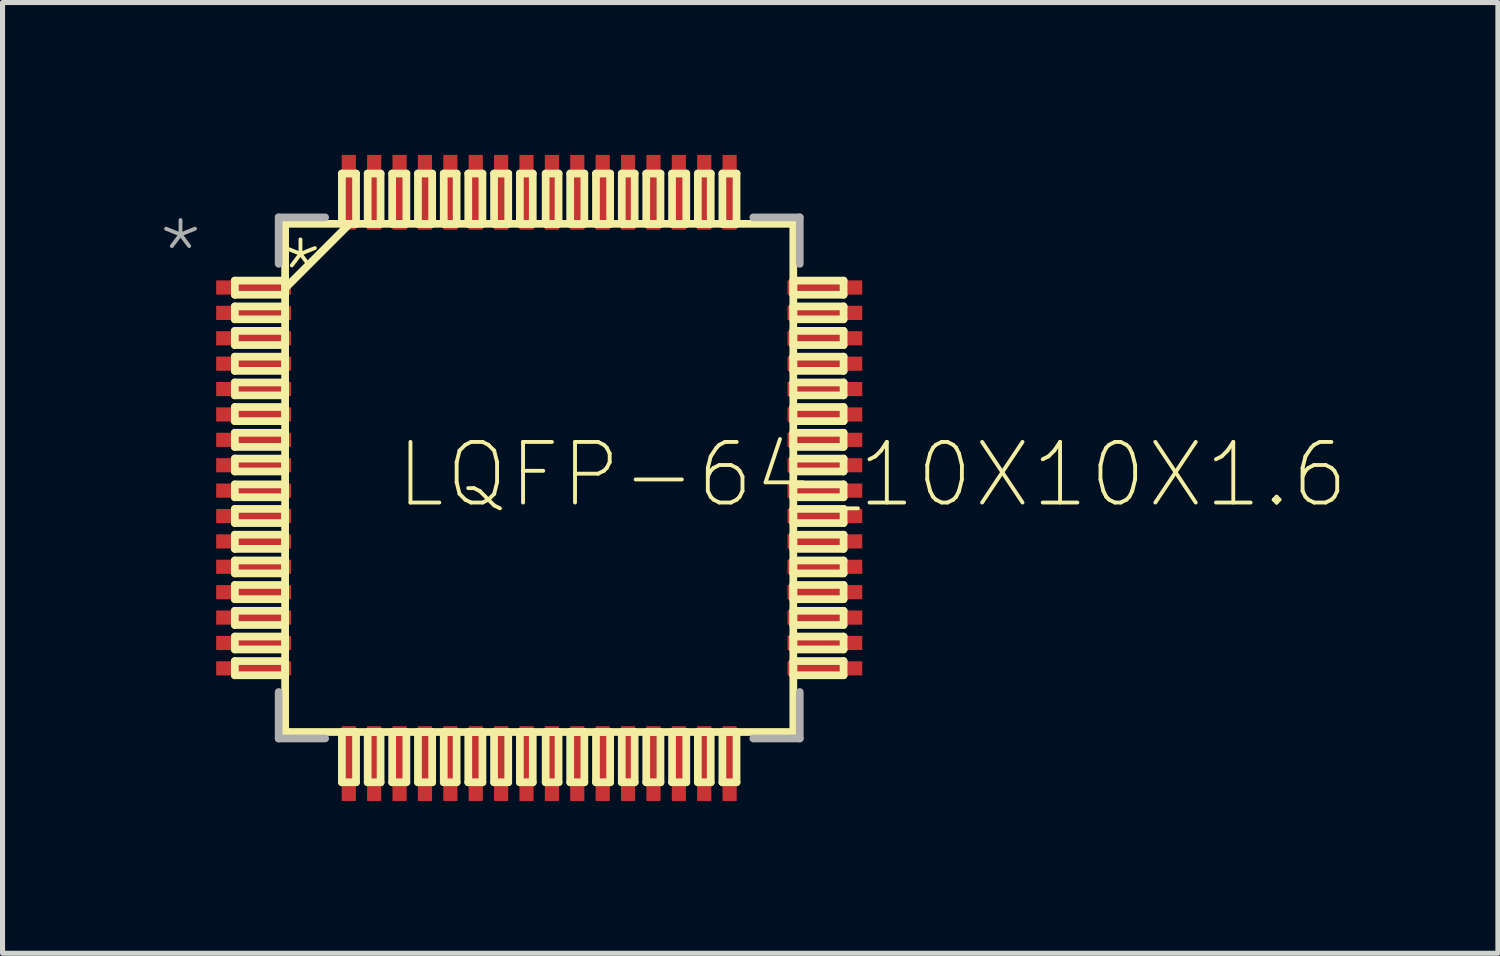
<source format=kicad_pcb>
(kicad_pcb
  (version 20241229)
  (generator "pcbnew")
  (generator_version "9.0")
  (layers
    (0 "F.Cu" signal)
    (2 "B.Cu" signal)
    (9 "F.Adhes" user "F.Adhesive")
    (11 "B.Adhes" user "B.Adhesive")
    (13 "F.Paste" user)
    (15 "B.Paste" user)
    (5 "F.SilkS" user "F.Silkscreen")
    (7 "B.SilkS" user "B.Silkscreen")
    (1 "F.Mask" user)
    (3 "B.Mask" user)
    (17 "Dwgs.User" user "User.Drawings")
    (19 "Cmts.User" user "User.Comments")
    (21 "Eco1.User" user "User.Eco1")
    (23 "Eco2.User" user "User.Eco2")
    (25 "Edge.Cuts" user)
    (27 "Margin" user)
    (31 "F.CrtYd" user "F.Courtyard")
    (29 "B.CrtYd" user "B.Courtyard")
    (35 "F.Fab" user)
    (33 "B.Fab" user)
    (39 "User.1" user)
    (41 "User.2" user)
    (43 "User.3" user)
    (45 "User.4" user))
  (footprint "LQFP-64_10X10X1.6"
    (layer "F.Cu")
    (at 7.569 6.362)
    (property "Reference" "LQFP-64_10X10X1.6" (at -2.87 0.635 0) (layer "F.SilkS") (effects (font (size 1.194 1.194) (thickness 0.076)) (justify left bottom)))
    (fp_line (start -5.994 -3.886) (end -5.994 -3.607) (stroke (width 0.152) (type solid)) (layer "F.SilkS"))
    (fp_line (start -5.994 -3.607) (end -5.004 -3.607) (stroke (width 0.152) (type solid)) (layer "F.SilkS"))
    (fp_line (start -5.994 -3.378) (end -5.994 -3.124) (stroke (width 0.152) (type solid)) (layer "F.SilkS"))
    (fp_line (start -5.994 -3.124) (end -5.004 -3.124) (stroke (width 0.152) (type solid)) (layer "F.SilkS"))
    (fp_line (start -5.994 -2.896) (end -5.994 -2.616) (stroke (width 0.152) (type solid)) (layer "F.SilkS"))
    (fp_line (start -5.994 -2.616) (end -5.004 -2.616) (stroke (width 0.152) (type solid)) (layer "F.SilkS"))
    (fp_line (start -5.994 -2.388) (end -5.994 -2.108) (stroke (width 0.152) (type solid)) (layer "F.SilkS"))
    (fp_line (start -5.994 -2.108) (end -5.004 -2.108) (stroke (width 0.152) (type solid)) (layer "F.SilkS"))
    (fp_line (start -5.994 -1.88) (end -5.994 -1.626) (stroke (width 0.152) (type solid)) (layer "F.SilkS"))
    (fp_line (start -5.994 -1.626) (end -5.004 -1.626) (stroke (width 0.152) (type solid)) (layer "F.SilkS"))
    (fp_line (start -5.994 -1.397) (end -5.994 -1.118) (stroke (width 0.152) (type solid)) (layer "F.SilkS"))
    (fp_line (start -5.994 -1.118) (end -5.004 -1.118) (stroke (width 0.152) (type solid)) (layer "F.SilkS"))
    (fp_line (start -5.994 -0.889) (end -5.994 -0.61) (stroke (width 0.152) (type solid)) (layer "F.SilkS"))
    (fp_line (start -5.994 -0.61) (end -5.004 -0.61) (stroke (width 0.152) (type solid)) (layer "F.SilkS"))
    (fp_line (start -5.994 -0.381) (end -5.994 -0.127) (stroke (width 0.152) (type solid)) (layer "F.SilkS"))
    (fp_line (start -5.994 -0.127) (end -5.004 -0.127) (stroke (width 0.152) (type solid)) (layer "F.SilkS"))
    (fp_line (start -5.994 0.127) (end -5.994 0.381) (stroke (width 0.152) (type solid)) (layer "F.SilkS"))
    (fp_line (start -5.994 0.381) (end -5.004 0.381) (stroke (width 0.152) (type solid)) (layer "F.SilkS"))
    (fp_line (start -5.994 0.61) (end -5.994 0.889) (stroke (width 0.152) (type solid)) (layer "F.SilkS"))
    (fp_line (start -5.994 0.889) (end -5.004 0.889) (stroke (width 0.152) (type solid)) (layer "F.SilkS"))
    (fp_line (start -5.994 1.118) (end -5.994 1.397) (stroke (width 0.152) (type solid)) (layer "F.SilkS"))
    (fp_line (start -5.994 1.397) (end -5.004 1.397) (stroke (width 0.152) (type solid)) (layer "F.SilkS"))
    (fp_line (start -5.994 1.626) (end -5.994 1.88) (stroke (width 0.152) (type solid)) (layer "F.SilkS"))
    (fp_line (start -5.994 1.88) (end -5.004 1.88) (stroke (width 0.152) (type solid)) (layer "F.SilkS"))
    (fp_line (start -5.994 2.108) (end -5.994 2.388) (stroke (width 0.152) (type solid)) (layer "F.SilkS"))
    (fp_line (start -5.994 2.388) (end -5.004 2.388) (stroke (width 0.152) (type solid)) (layer "F.SilkS"))
    (fp_line (start -5.994 2.616) (end -5.994 2.896) (stroke (width 0.152) (type solid)) (layer "F.SilkS"))
    (fp_line (start -5.994 2.896) (end -5.004 2.896) (stroke (width 0.152) (type solid)) (layer "F.SilkS"))
    (fp_line (start -5.994 3.124) (end -5.994 3.378) (stroke (width 0.152) (type solid)) (layer "F.SilkS"))
    (fp_line (start -5.994 3.378) (end -5.004 3.378) (stroke (width 0.152) (type solid)) (layer "F.SilkS"))
    (fp_line (start -5.994 3.607) (end -5.994 3.886) (stroke (width 0.152) (type solid)) (layer "F.SilkS"))
    (fp_line (start -5.994 3.886) (end -5.004 3.886) (stroke (width 0.152) (type solid)) (layer "F.SilkS"))
    (fp_line (start -5.004 -5.004) (end -5.004 5.004) (stroke (width 0.152) (type solid)) (layer "F.SilkS"))
    (fp_line (start -5.004 -3.886) (end -5.994 -3.886) (stroke (width 0.152) (type solid)) (layer "F.SilkS"))
    (fp_line (start -5.004 -3.734) (end -5.004 -3.886) (stroke (width 0.152) (type solid)) (layer "F.SilkS"))
    (fp_line (start -5.004 -3.734) (end -3.734 -5.004) (stroke (width 0.152) (type solid)) (layer "F.SilkS"))
    (fp_line (start -5.004 -3.607) (end -5.004 -3.734) (stroke (width 0.152) (type solid)) (layer "F.SilkS"))
    (fp_line (start -5.004 -3.378) (end -5.994 -3.378) (stroke (width 0.152) (type solid)) (layer "F.SilkS"))
    (fp_line (start -5.004 -3.124) (end -5.004 -3.378) (stroke (width 0.152) (type solid)) (layer "F.SilkS"))
    (fp_line (start -5.004 -2.896) (end -5.994 -2.896) (stroke (width 0.152) (type solid)) (layer "F.SilkS"))
    (fp_line (start -5.004 -2.616) (end -5.004 -2.896) (stroke (width 0.152) (type solid)) (layer "F.SilkS"))
    (fp_line (start -5.004 -2.388) (end -5.994 -2.388) (stroke (width 0.152) (type solid)) (layer "F.SilkS"))
    (fp_line (start -5.004 -2.108) (end -5.004 -2.388) (stroke (width 0.152) (type solid)) (layer "F.SilkS"))
    (fp_line (start -5.004 -1.88) (end -5.994 -1.88) (stroke (width 0.152) (type solid)) (layer "F.SilkS"))
    (fp_line (start -5.004 -1.626) (end -5.004 -1.88) (stroke (width 0.152) (type solid)) (layer "F.SilkS"))
    (fp_line (start -5.004 -1.397) (end -5.994 -1.397) (stroke (width 0.152) (type solid)) (layer "F.SilkS"))
    (fp_line (start -5.004 -1.118) (end -5.004 -1.397) (stroke (width 0.152) (type solid)) (layer "F.SilkS"))
    (fp_line (start -5.004 -0.889) (end -5.994 -0.889) (stroke (width 0.152) (type solid)) (layer "F.SilkS"))
    (fp_line (start -5.004 -0.61) (end -5.004 -0.889) (stroke (width 0.152) (type solid)) (layer "F.SilkS"))
    (fp_line (start -5.004 -0.381) (end -5.994 -0.381) (stroke (width 0.152) (type solid)) (layer "F.SilkS"))
    (fp_line (start -5.004 -0.127) (end -5.004 -0.381) (stroke (width 0.152) (type solid)) (layer "F.SilkS"))
    (fp_line (start -5.004 0.127) (end -5.994 0.127) (stroke (width 0.152) (type solid)) (layer "F.SilkS"))
    (fp_line (start -5.004 0.381) (end -5.004 0.127) (stroke (width 0.152) (type solid)) (layer "F.SilkS"))
    (fp_line (start -5.004 0.61) (end -5.994 0.61) (stroke (width 0.152) (type solid)) (layer "F.SilkS"))
    (fp_line (start -5.004 0.889) (end -5.004 0.61) (stroke (width 0.152) (type solid)) (layer "F.SilkS"))
    (fp_line (start -5.004 1.118) (end -5.994 1.118) (stroke (width 0.152) (type solid)) (layer "F.SilkS"))
    (fp_line (start -5.004 1.397) (end -5.004 1.118) (stroke (width 0.152) (type solid)) (layer "F.SilkS"))
    (fp_line (start -5.004 1.626) (end -5.994 1.626) (stroke (width 0.152) (type solid)) (layer "F.SilkS"))
    (fp_line (start -5.004 1.88) (end -5.004 1.626) (stroke (width 0.152) (type solid)) (layer "F.SilkS"))
    (fp_line (start -5.004 2.108) (end -5.994 2.108) (stroke (width 0.152) (type solid)) (layer "F.SilkS"))
    (fp_line (start -5.004 2.388) (end -5.004 2.108) (stroke (width 0.152) (type solid)) (layer "F.SilkS"))
    (fp_line (start -5.004 2.616) (end -5.994 2.616) (stroke (width 0.152) (type solid)) (layer "F.SilkS"))
    (fp_line (start -5.004 2.896) (end -5.004 2.616) (stroke (width 0.152) (type solid)) (layer "F.SilkS"))
    (fp_line (start -5.004 3.124) (end -5.994 3.124) (stroke (width 0.152) (type solid)) (layer "F.SilkS"))
    (fp_line (start -5.004 3.378) (end -5.004 3.124) (stroke (width 0.152) (type solid)) (layer "F.SilkS"))
    (fp_line (start -5.004 3.607) (end -5.994 3.607) (stroke (width 0.152) (type solid)) (layer "F.SilkS"))
    (fp_line (start -5.004 3.886) (end -5.004 3.607) (stroke (width 0.152) (type solid)) (layer "F.SilkS"))
    (fp_line (start -5.004 5.004) (end 5.004 5.004) (stroke (width 0.152) (type solid)) (layer "F.SilkS"))
    (fp_line (start -3.886 -5.994) (end -3.886 -5.004) (stroke (width 0.152) (type solid)) (layer "F.SilkS"))
    (fp_line (start -3.886 -5.004) (end -3.734 -5.004) (stroke (width 0.152) (type solid)) (layer "F.SilkS"))
    (fp_line (start -3.886 5.004) (end -3.886 5.994) (stroke (width 0.152) (type solid)) (layer "F.SilkS"))
    (fp_line (start -3.886 5.994) (end -3.607 5.994) (stroke (width 0.152) (type solid)) (layer "F.SilkS"))
    (fp_line (start -3.734 -5.004) (end -3.607 -5.004) (stroke (width 0.152) (type solid)) (layer "F.SilkS"))
    (fp_line (start -3.607 -5.994) (end -3.886 -5.994) (stroke (width 0.152) (type solid)) (layer "F.SilkS"))
    (fp_line (start -3.607 -5.004) (end -3.607 -5.994) (stroke (width 0.152) (type solid)) (layer "F.SilkS"))
    (fp_line (start -3.607 5.004) (end -3.886 5.004) (stroke (width 0.152) (type solid)) (layer "F.SilkS"))
    (fp_line (start -3.607 5.994) (end -3.607 5.004) (stroke (width 0.152) (type solid)) (layer "F.SilkS"))
    (fp_line (start -3.378 -5.994) (end -3.378 -5.004) (stroke (width 0.152) (type solid)) (layer "F.SilkS"))
    (fp_line (start -3.378 -5.004) (end -3.124 -5.004) (stroke (width 0.152) (type solid)) (layer "F.SilkS"))
    (fp_line (start -3.378 5.004) (end -3.378 5.994) (stroke (width 0.152) (type solid)) (layer "F.SilkS"))
    (fp_line (start -3.378 5.994) (end -3.124 5.994) (stroke (width 0.152) (type solid)) (layer "F.SilkS"))
    (fp_line (start -3.124 -5.994) (end -3.378 -5.994) (stroke (width 0.152) (type solid)) (layer "F.SilkS"))
    (fp_line (start -3.124 -5.004) (end -3.124 -5.994) (stroke (width 0.152) (type solid)) (layer "F.SilkS"))
    (fp_line (start -3.124 5.004) (end -3.378 5.004) (stroke (width 0.152) (type solid)) (layer "F.SilkS"))
    (fp_line (start -3.124 5.994) (end -3.124 5.004) (stroke (width 0.152) (type solid)) (layer "F.SilkS"))
    (fp_line (start -2.896 -5.994) (end -2.896 -5.004) (stroke (width 0.152) (type solid)) (layer "F.SilkS"))
    (fp_line (start -2.896 -5.004) (end -2.616 -5.004) (stroke (width 0.152) (type solid)) (layer "F.SilkS"))
    (fp_line (start -2.896 5.004) (end -2.896 5.994) (stroke (width 0.152) (type solid)) (layer "F.SilkS"))
    (fp_line (start -2.896 5.994) (end -2.616 5.994) (stroke (width 0.152) (type solid)) (layer "F.SilkS"))
    (fp_line (start -2.616 -5.994) (end -2.896 -5.994) (stroke (width 0.152) (type solid)) (layer "F.SilkS"))
    (fp_line (start -2.616 -5.004) (end -2.616 -5.994) (stroke (width 0.152) (type solid)) (layer "F.SilkS"))
    (fp_line (start -2.616 5.004) (end -2.896 5.004) (stroke (width 0.152) (type solid)) (layer "F.SilkS"))
    (fp_line (start -2.616 5.994) (end -2.616 5.004) (stroke (width 0.152) (type solid)) (layer "F.SilkS"))
    (fp_line (start -2.388 -5.994) (end -2.388 -5.004) (stroke (width 0.152) (type solid)) (layer "F.SilkS"))
    (fp_line (start -2.388 -5.004) (end -2.108 -5.004) (stroke (width 0.152) (type solid)) (layer "F.SilkS"))
    (fp_line (start -2.388 5.004) (end -2.388 5.994) (stroke (width 0.152) (type solid)) (layer "F.SilkS"))
    (fp_line (start -2.388 5.994) (end -2.108 5.994) (stroke (width 0.152) (type solid)) (layer "F.SilkS"))
    (fp_line (start -2.108 -5.994) (end -2.388 -5.994) (stroke (width 0.152) (type solid)) (layer "F.SilkS"))
    (fp_line (start -2.108 -5.004) (end -2.108 -5.994) (stroke (width 0.152) (type solid)) (layer "F.SilkS"))
    (fp_line (start -2.108 5.004) (end -2.388 5.004) (stroke (width 0.152) (type solid)) (layer "F.SilkS"))
    (fp_line (start -2.108 5.994) (end -2.108 5.004) (stroke (width 0.152) (type solid)) (layer "F.SilkS"))
    (fp_line (start -1.88 -5.994) (end -1.88 -5.004) (stroke (width 0.152) (type solid)) (layer "F.SilkS"))
    (fp_line (start -1.88 -5.004) (end -1.626 -5.004) (stroke (width 0.152) (type solid)) (layer "F.SilkS"))
    (fp_line (start -1.88 5.004) (end -1.88 5.994) (stroke (width 0.152) (type solid)) (layer "F.SilkS"))
    (fp_line (start -1.88 5.994) (end -1.626 5.994) (stroke (width 0.152) (type solid)) (layer "F.SilkS"))
    (fp_line (start -1.626 -5.994) (end -1.88 -5.994) (stroke (width 0.152) (type solid)) (layer "F.SilkS"))
    (fp_line (start -1.626 -5.004) (end -1.626 -5.994) (stroke (width 0.152) (type solid)) (layer "F.SilkS"))
    (fp_line (start -1.626 5.004) (end -1.88 5.004) (stroke (width 0.152) (type solid)) (layer "F.SilkS"))
    (fp_line (start -1.626 5.994) (end -1.626 5.004) (stroke (width 0.152) (type solid)) (layer "F.SilkS"))
    (fp_line (start -1.397 -5.994) (end -1.397 -5.004) (stroke (width 0.152) (type solid)) (layer "F.SilkS"))
    (fp_line (start -1.397 -5.004) (end -1.118 -5.004) (stroke (width 0.152) (type solid)) (layer "F.SilkS"))
    (fp_line (start -1.397 5.004) (end -1.397 5.994) (stroke (width 0.152) (type solid)) (layer "F.SilkS"))
    (fp_line (start -1.397 5.994) (end -1.118 5.994) (stroke (width 0.152) (type solid)) (layer "F.SilkS"))
    (fp_line (start -1.118 -5.994) (end -1.397 -5.994) (stroke (width 0.152) (type solid)) (layer "F.SilkS"))
    (fp_line (start -1.118 -5.004) (end -1.118 -5.994) (stroke (width 0.152) (type solid)) (layer "F.SilkS"))
    (fp_line (start -1.118 5.004) (end -1.397 5.004) (stroke (width 0.152) (type solid)) (layer "F.SilkS"))
    (fp_line (start -1.118 5.994) (end -1.118 5.004) (stroke (width 0.152) (type solid)) (layer "F.SilkS"))
    (fp_line (start -0.889 -5.994) (end -0.889 -5.004) (stroke (width 0.152) (type solid)) (layer "F.SilkS"))
    (fp_line (start -0.889 -5.004) (end -0.61 -5.004) (stroke (width 0.152) (type solid)) (layer "F.SilkS"))
    (fp_line (start -0.889 5.004) (end -0.889 5.994) (stroke (width 0.152) (type solid)) (layer "F.SilkS"))
    (fp_line (start -0.889 5.994) (end -0.61 5.994) (stroke (width 0.152) (type solid)) (layer "F.SilkS"))
    (fp_line (start -0.61 -5.994) (end -0.889 -5.994) (stroke (width 0.152) (type solid)) (layer "F.SilkS"))
    (fp_line (start -0.61 -5.004) (end -0.61 -5.994) (stroke (width 0.152) (type solid)) (layer "F.SilkS"))
    (fp_line (start -0.61 5.004) (end -0.889 5.004) (stroke (width 0.152) (type solid)) (layer "F.SilkS"))
    (fp_line (start -0.61 5.994) (end -0.61 5.004) (stroke (width 0.152) (type solid)) (layer "F.SilkS"))
    (fp_line (start -0.381 -5.994) (end -0.381 -5.004) (stroke (width 0.152) (type solid)) (layer "F.SilkS"))
    (fp_line (start -0.381 -5.004) (end -0.127 -5.004) (stroke (width 0.152) (type solid)) (layer "F.SilkS"))
    (fp_line (start -0.381 5.004) (end -0.381 5.994) (stroke (width 0.152) (type solid)) (layer "F.SilkS"))
    (fp_line (start -0.381 5.994) (end -0.127 5.994) (stroke (width 0.152) (type solid)) (layer "F.SilkS"))
    (fp_line (start -0.127 -5.994) (end -0.381 -5.994) (stroke (width 0.152) (type solid)) (layer "F.SilkS"))
    (fp_line (start -0.127 -5.004) (end -0.127 -5.994) (stroke (width 0.152) (type solid)) (layer "F.SilkS"))
    (fp_line (start -0.127 5.004) (end -0.381 5.004) (stroke (width 0.152) (type solid)) (layer "F.SilkS"))
    (fp_line (start -0.127 5.994) (end -0.127 5.004) (stroke (width 0.152) (type solid)) (layer "F.SilkS"))
    (fp_line (start 0.127 -5.994) (end 0.127 -5.004) (stroke (width 0.152) (type solid)) (layer "F.SilkS"))
    (fp_line (start 0.127 -5.004) (end 0.381 -5.004) (stroke (width 0.152) (type solid)) (layer "F.SilkS"))
    (fp_line (start 0.127 5.004) (end 0.127 5.994) (stroke (width 0.152) (type solid)) (layer "F.SilkS"))
    (fp_line (start 0.127 5.994) (end 0.381 5.994) (stroke (width 0.152) (type solid)) (layer "F.SilkS"))
    (fp_line (start 0.381 -5.994) (end 0.127 -5.994) (stroke (width 0.152) (type solid)) (layer "F.SilkS"))
    (fp_line (start 0.381 -5.004) (end 0.381 -5.994) (stroke (width 0.152) (type solid)) (layer "F.SilkS"))
    (fp_line (start 0.381 5.004) (end 0.127 5.004) (stroke (width 0.152) (type solid)) (layer "F.SilkS"))
    (fp_line (start 0.381 5.994) (end 0.381 5.004) (stroke (width 0.152) (type solid)) (layer "F.SilkS"))
    (fp_line (start 0.61 -5.994) (end 0.61 -5.004) (stroke (width 0.152) (type solid)) (layer "F.SilkS"))
    (fp_line (start 0.61 -5.004) (end 0.889 -5.004) (stroke (width 0.152) (type solid)) (layer "F.SilkS"))
    (fp_line (start 0.61 5.004) (end 0.61 5.994) (stroke (width 0.152) (type solid)) (layer "F.SilkS"))
    (fp_line (start 0.61 5.994) (end 0.889 5.994) (stroke (width 0.152) (type solid)) (layer "F.SilkS"))
    (fp_line (start 0.889 -5.994) (end 0.61 -5.994) (stroke (width 0.152) (type solid)) (layer "F.SilkS"))
    (fp_line (start 0.889 -5.004) (end 0.889 -5.994) (stroke (width 0.152) (type solid)) (layer "F.SilkS"))
    (fp_line (start 0.889 5.004) (end 0.61 5.004) (stroke (width 0.152) (type solid)) (layer "F.SilkS"))
    (fp_line (start 0.889 5.994) (end 0.889 5.004) (stroke (width 0.152) (type solid)) (layer "F.SilkS"))
    (fp_line (start 1.118 -5.994) (end 1.118 -5.004) (stroke (width 0.152) (type solid)) (layer "F.SilkS"))
    (fp_line (start 1.118 -5.004) (end 1.397 -5.004) (stroke (width 0.152) (type solid)) (layer "F.SilkS"))
    (fp_line (start 1.118 5.004) (end 1.118 5.994) (stroke (width 0.152) (type solid)) (layer "F.SilkS"))
    (fp_line (start 1.118 5.994) (end 1.397 5.994) (stroke (width 0.152) (type solid)) (layer "F.SilkS"))
    (fp_line (start 1.397 -5.994) (end 1.118 -5.994) (stroke (width 0.152) (type solid)) (layer "F.SilkS"))
    (fp_line (start 1.397 -5.004) (end 1.397 -5.994) (stroke (width 0.152) (type solid)) (layer "F.SilkS"))
    (fp_line (start 1.397 5.004) (end 1.118 5.004) (stroke (width 0.152) (type solid)) (layer "F.SilkS"))
    (fp_line (start 1.397 5.994) (end 1.397 5.004) (stroke (width 0.152) (type solid)) (layer "F.SilkS"))
    (fp_line (start 1.626 -5.994) (end 1.626 -5.004) (stroke (width 0.152) (type solid)) (layer "F.SilkS"))
    (fp_line (start 1.626 -5.004) (end 1.88 -5.004) (stroke (width 0.152) (type solid)) (layer "F.SilkS"))
    (fp_line (start 1.626 5.004) (end 1.626 5.994) (stroke (width 0.152) (type solid)) (layer "F.SilkS"))
    (fp_line (start 1.626 5.994) (end 1.88 5.994) (stroke (width 0.152) (type solid)) (layer "F.SilkS"))
    (fp_line (start 1.88 -5.994) (end 1.626 -5.994) (stroke (width 0.152) (type solid)) (layer "F.SilkS"))
    (fp_line (start 1.88 -5.004) (end 1.88 -5.994) (stroke (width 0.152) (type solid)) (layer "F.SilkS"))
    (fp_line (start 1.88 5.004) (end 1.626 5.004) (stroke (width 0.152) (type solid)) (layer "F.SilkS"))
    (fp_line (start 1.88 5.994) (end 1.88 5.004) (stroke (width 0.152) (type solid)) (layer "F.SilkS"))
    (fp_line (start 2.108 -5.994) (end 2.108 -5.004) (stroke (width 0.152) (type solid)) (layer "F.SilkS"))
    (fp_line (start 2.108 -5.004) (end 2.388 -5.004) (stroke (width 0.152) (type solid)) (layer "F.SilkS"))
    (fp_line (start 2.108 5.004) (end 2.108 5.994) (stroke (width 0.152) (type solid)) (layer "F.SilkS"))
    (fp_line (start 2.108 5.994) (end 2.388 5.994) (stroke (width 0.152) (type solid)) (layer "F.SilkS"))
    (fp_line (start 2.388 -5.994) (end 2.108 -5.994) (stroke (width 0.152) (type solid)) (layer "F.SilkS"))
    (fp_line (start 2.388 -5.004) (end 2.388 -5.994) (stroke (width 0.152) (type solid)) (layer "F.SilkS"))
    (fp_line (start 2.388 5.004) (end 2.108 5.004) (stroke (width 0.152) (type solid)) (layer "F.SilkS"))
    (fp_line (start 2.388 5.994) (end 2.388 5.004) (stroke (width 0.152) (type solid)) (layer "F.SilkS"))
    (fp_line (start 2.616 -5.994) (end 2.616 -5.004) (stroke (width 0.152) (type solid)) (layer "F.SilkS"))
    (fp_line (start 2.616 -5.004) (end 2.896 -5.004) (stroke (width 0.152) (type solid)) (layer "F.SilkS"))
    (fp_line (start 2.616 5.004) (end 2.616 5.994) (stroke (width 0.152) (type solid)) (layer "F.SilkS"))
    (fp_line (start 2.616 5.994) (end 2.896 5.994) (stroke (width 0.152) (type solid)) (layer "F.SilkS"))
    (fp_line (start 2.896 -5.994) (end 2.616 -5.994) (stroke (width 0.152) (type solid)) (layer "F.SilkS"))
    (fp_line (start 2.896 -5.004) (end 2.896 -5.994) (stroke (width 0.152) (type solid)) (layer "F.SilkS"))
    (fp_line (start 2.896 5.004) (end 2.616 5.004) (stroke (width 0.152) (type solid)) (layer "F.SilkS"))
    (fp_line (start 2.896 5.994) (end 2.896 5.004) (stroke (width 0.152) (type solid)) (layer "F.SilkS"))
    (fp_line (start 3.124 -5.994) (end 3.124 -5.004) (stroke (width 0.152) (type solid)) (layer "F.SilkS"))
    (fp_line (start 3.124 -5.004) (end 3.378 -5.004) (stroke (width 0.152) (type solid)) (layer "F.SilkS"))
    (fp_line (start 3.124 5.004) (end 3.124 5.994) (stroke (width 0.152) (type solid)) (layer "F.SilkS"))
    (fp_line (start 3.124 5.994) (end 3.378 5.994) (stroke (width 0.152) (type solid)) (layer "F.SilkS"))
    (fp_line (start 3.378 -5.994) (end 3.124 -5.994) (stroke (width 0.152) (type solid)) (layer "F.SilkS"))
    (fp_line (start 3.378 -5.004) (end 3.378 -5.994) (stroke (width 0.152) (type solid)) (layer "F.SilkS"))
    (fp_line (start 3.378 5.004) (end 3.124 5.004) (stroke (width 0.152) (type solid)) (layer "F.SilkS"))
    (fp_line (start 3.378 5.994) (end 3.378 5.004) (stroke (width 0.152) (type solid)) (layer "F.SilkS"))
    (fp_line (start 3.607 -5.994) (end 3.607 -5.004) (stroke (width 0.152) (type solid)) (layer "F.SilkS"))
    (fp_line (start 3.607 -5.004) (end 3.886 -5.004) (stroke (width 0.152) (type solid)) (layer "F.SilkS"))
    (fp_line (start 3.607 5.004) (end 3.607 5.994) (stroke (width 0.152) (type solid)) (layer "F.SilkS"))
    (fp_line (start 3.607 5.994) (end 3.886 5.994) (stroke (width 0.152) (type solid)) (layer "F.SilkS"))
    (fp_line (start 3.886 -5.994) (end 3.607 -5.994) (stroke (width 0.152) (type solid)) (layer "F.SilkS"))
    (fp_line (start 3.886 -5.004) (end 3.886 -5.994) (stroke (width 0.152) (type solid)) (layer "F.SilkS"))
    (fp_line (start 3.886 5.004) (end 3.607 5.004) (stroke (width 0.152) (type solid)) (layer "F.SilkS"))
    (fp_line (start 3.886 5.994) (end 3.886 5.004) (stroke (width 0.152) (type solid)) (layer "F.SilkS"))
    (fp_line (start 5.004 -5.004) (end -5.004 -5.004) (stroke (width 0.152) (type solid)) (layer "F.SilkS"))
    (fp_line (start 5.004 -3.886) (end 5.004 -3.607) (stroke (width 0.152) (type solid)) (layer "F.SilkS"))
    (fp_line (start 5.004 -3.607) (end 5.994 -3.607) (stroke (width 0.152) (type solid)) (layer "F.SilkS"))
    (fp_line (start 5.004 -3.378) (end 5.004 -3.124) (stroke (width 0.152) (type solid)) (layer "F.SilkS"))
    (fp_line (start 5.004 -3.124) (end 5.994 -3.124) (stroke (width 0.152) (type solid)) (layer "F.SilkS"))
    (fp_line (start 5.004 -2.896) (end 5.004 -2.616) (stroke (width 0.152) (type solid)) (layer "F.SilkS"))
    (fp_line (start 5.004 -2.616) (end 5.994 -2.616) (stroke (width 0.152) (type solid)) (layer "F.SilkS"))
    (fp_line (start 5.004 -2.388) (end 5.004 -2.108) (stroke (width 0.152) (type solid)) (layer "F.SilkS"))
    (fp_line (start 5.004 -2.108) (end 5.994 -2.108) (stroke (width 0.152) (type solid)) (layer "F.SilkS"))
    (fp_line (start 5.004 -1.88) (end 5.004 -1.626) (stroke (width 0.152) (type solid)) (layer "F.SilkS"))
    (fp_line (start 5.004 -1.626) (end 5.994 -1.626) (stroke (width 0.152) (type solid)) (layer "F.SilkS"))
    (fp_line (start 5.004 -1.397) (end 5.004 -1.118) (stroke (width 0.152) (type solid)) (layer "F.SilkS"))
    (fp_line (start 5.004 -1.118) (end 5.994 -1.118) (stroke (width 0.152) (type solid)) (layer "F.SilkS"))
    (fp_line (start 5.004 -0.889) (end 5.004 -0.61) (stroke (width 0.152) (type solid)) (layer "F.SilkS"))
    (fp_line (start 5.004 -0.61) (end 5.994 -0.61) (stroke (width 0.152) (type solid)) (layer "F.SilkS"))
    (fp_line (start 5.004 -0.381) (end 5.004 -0.127) (stroke (width 0.152) (type solid)) (layer "F.SilkS"))
    (fp_line (start 5.004 -0.127) (end 5.994 -0.127) (stroke (width 0.152) (type solid)) (layer "F.SilkS"))
    (fp_line (start 5.004 0.127) (end 5.004 0.381) (stroke (width 0.152) (type solid)) (layer "F.SilkS"))
    (fp_line (start 5.004 0.381) (end 5.994 0.381) (stroke (width 0.152) (type solid)) (layer "F.SilkS"))
    (fp_line (start 5.004 0.61) (end 5.004 0.889) (stroke (width 0.152) (type solid)) (layer "F.SilkS"))
    (fp_line (start 5.004 0.889) (end 5.994 0.889) (stroke (width 0.152) (type solid)) (layer "F.SilkS"))
    (fp_line (start 5.004 1.118) (end 5.004 1.397) (stroke (width 0.152) (type solid)) (layer "F.SilkS"))
    (fp_line (start 5.004 1.397) (end 5.994 1.397) (stroke (width 0.152) (type solid)) (layer "F.SilkS"))
    (fp_line (start 5.004 1.626) (end 5.004 1.88) (stroke (width 0.152) (type solid)) (layer "F.SilkS"))
    (fp_line (start 5.004 1.88) (end 5.994 1.88) (stroke (width 0.152) (type solid)) (layer "F.SilkS"))
    (fp_line (start 5.004 2.108) (end 5.004 2.388) (stroke (width 0.152) (type solid)) (layer "F.SilkS"))
    (fp_line (start 5.004 2.388) (end 5.994 2.388) (stroke (width 0.152) (type solid)) (layer "F.SilkS"))
    (fp_line (start 5.004 2.616) (end 5.004 2.896) (stroke (width 0.152) (type solid)) (layer "F.SilkS"))
    (fp_line (start 5.004 2.896) (end 5.994 2.896) (stroke (width 0.152) (type solid)) (layer "F.SilkS"))
    (fp_line (start 5.004 3.124) (end 5.004 3.378) (stroke (width 0.152) (type solid)) (layer "F.SilkS"))
    (fp_line (start 5.004 3.378) (end 5.994 3.378) (stroke (width 0.152) (type solid)) (layer "F.SilkS"))
    (fp_line (start 5.004 3.607) (end 5.004 3.886) (stroke (width 0.152) (type solid)) (layer "F.SilkS"))
    (fp_line (start 5.004 3.886) (end 5.994 3.886) (stroke (width 0.152) (type solid)) (layer "F.SilkS"))
    (fp_line (start 5.004 5.004) (end 5.004 -5.004) (stroke (width 0.152) (type solid)) (layer "F.SilkS"))
    (fp_line (start 5.994 -3.886) (end 5.004 -3.886) (stroke (width 0.152) (type solid)) (layer "F.SilkS"))
    (fp_line (start 5.994 -3.607) (end 5.994 -3.886) (stroke (width 0.152) (type solid)) (layer "F.SilkS"))
    (fp_line (start 5.994 -3.378) (end 5.004 -3.378) (stroke (width 0.152) (type solid)) (layer "F.SilkS"))
    (fp_line (start 5.994 -3.124) (end 5.994 -3.378) (stroke (width 0.152) (type solid)) (layer "F.SilkS"))
    (fp_line (start 5.994 -2.896) (end 5.004 -2.896) (stroke (width 0.152) (type solid)) (layer "F.SilkS"))
    (fp_line (start 5.994 -2.616) (end 5.994 -2.896) (stroke (width 0.152) (type solid)) (layer "F.SilkS"))
    (fp_line (start 5.994 -2.388) (end 5.004 -2.388) (stroke (width 0.152) (type solid)) (layer "F.SilkS"))
    (fp_line (start 5.994 -2.108) (end 5.994 -2.388) (stroke (width 0.152) (type solid)) (layer "F.SilkS"))
    (fp_line (start 5.994 -1.88) (end 5.004 -1.88) (stroke (width 0.152) (type solid)) (layer "F.SilkS"))
    (fp_line (start 5.994 -1.626) (end 5.994 -1.88) (stroke (width 0.152) (type solid)) (layer "F.SilkS"))
    (fp_line (start 5.994 -1.397) (end 5.004 -1.397) (stroke (width 0.152) (type solid)) (layer "F.SilkS"))
    (fp_line (start 5.994 -1.118) (end 5.994 -1.397) (stroke (width 0.152) (type solid)) (layer "F.SilkS"))
    (fp_line (start 5.994 -0.889) (end 5.004 -0.889) (stroke (width 0.152) (type solid)) (layer "F.SilkS"))
    (fp_line (start 5.994 -0.61) (end 5.994 -0.889) (stroke (width 0.152) (type solid)) (layer "F.SilkS"))
    (fp_line (start 5.994 -0.381) (end 5.004 -0.381) (stroke (width 0.152) (type solid)) (layer "F.SilkS"))
    (fp_line (start 5.994 -0.127) (end 5.994 -0.381) (stroke (width 0.152) (type solid)) (layer "F.SilkS"))
    (fp_line (start 5.994 0.127) (end 5.004 0.127) (stroke (width 0.152) (type solid)) (layer "F.SilkS"))
    (fp_line (start 5.994 0.381) (end 5.994 0.127) (stroke (width 0.152) (type solid)) (layer "F.SilkS"))
    (fp_line (start 5.994 0.61) (end 5.004 0.61) (stroke (width 0.152) (type solid)) (layer "F.SilkS"))
    (fp_line (start 5.994 0.889) (end 5.994 0.61) (stroke (width 0.152) (type solid)) (layer "F.SilkS"))
    (fp_line (start 5.994 1.118) (end 5.004 1.118) (stroke (width 0.152) (type solid)) (layer "F.SilkS"))
    (fp_line (start 5.994 1.397) (end 5.994 1.118) (stroke (width 0.152) (type solid)) (layer "F.SilkS"))
    (fp_line (start 5.994 1.626) (end 5.004 1.626) (stroke (width 0.152) (type solid)) (layer "F.SilkS"))
    (fp_line (start 5.994 1.88) (end 5.994 1.626) (stroke (width 0.152) (type solid)) (layer "F.SilkS"))
    (fp_line (start 5.994 2.108) (end 5.004 2.108) (stroke (width 0.152) (type solid)) (layer "F.SilkS"))
    (fp_line (start 5.994 2.388) (end 5.994 2.108) (stroke (width 0.152) (type solid)) (layer "F.SilkS"))
    (fp_line (start 5.994 2.616) (end 5.004 2.616) (stroke (width 0.152) (type solid)) (layer "F.SilkS"))
    (fp_line (start 5.994 2.896) (end 5.994 2.616) (stroke (width 0.152) (type solid)) (layer "F.SilkS"))
    (fp_line (start 5.994 3.124) (end 5.004 3.124) (stroke (width 0.152) (type solid)) (layer "F.SilkS"))
    (fp_line (start 5.994 3.378) (end 5.994 3.124) (stroke (width 0.152) (type solid)) (layer "F.SilkS"))
    (fp_line (start 5.994 3.607) (end 5.004 3.607) (stroke (width 0.152) (type solid)) (layer "F.SilkS"))
    (fp_line (start 5.994 3.886) (end 5.994 3.607) (stroke (width 0.152) (type solid)) (layer "F.SilkS"))
    (fp_line (start -5.131 -5.131) (end -5.131 -4.216) (stroke (width 0.152) (type solid)) (layer "F.Fab"))
    (fp_line (start -5.131 4.216) (end -5.131 5.131) (stroke (width 0.152) (type solid)) (layer "F.Fab"))
    (fp_line (start -5.131 5.131) (end -4.216 5.131) (stroke (width 0.152) (type solid)) (layer "F.Fab"))
    (fp_line (start -4.216 -5.131) (end -5.131 -5.131) (stroke (width 0.152) (type solid)) (layer "F.Fab"))
    (fp_line (start 4.216 5.131) (end 5.131 5.131) (stroke (width 0.152) (type solid)) (layer "F.Fab"))
    (fp_line (start 5.131 -5.131) (end 4.216 -5.131) (stroke (width 0.152) (type solid)) (layer "F.Fab"))
    (fp_line (start 5.131 -4.216) (end 5.131 -5.131) (stroke (width 0.152) (type solid)) (layer "F.Fab"))
    (fp_line (start 5.131 5.131) (end 5.131 4.216) (stroke (width 0.152) (type solid)) (layer "F.Fab"))
    (fp_text user "*" (at -5.207 -3.353 0) (layer "F.SilkS") (effects (font (size 1.194 1.194) (thickness 0.076)) (justify left bottom)))
    (fp_text user "*" (at -7.569 -3.734 0) (layer "F.Fab") (effects (font (size 1.194 1.194) (thickness 0.076)) (justify left bottom)))
    (pad "1" smd rect (at -5.625 -3.75 270) (size 0.279 1.473) (layers "F.Cu" "F.Mask" "F.Paste"))
    (pad "2" smd rect (at -5.625 -3.25 270) (size 0.279 1.473) (layers "F.Cu" "F.Mask" "F.Paste"))
    (pad "3" smd rect (at -5.625 -2.75 270) (size 0.279 1.473) (layers "F.Cu" "F.Mask" "F.Paste"))
    (pad "4" smd rect (at -5.625 -2.25 270) (size 0.279 1.473) (layers "F.Cu" "F.Mask" "F.Paste"))
    (pad "5" smd rect (at -5.625 -1.75 270) (size 0.279 1.473) (layers "F.Cu" "F.Mask" "F.Paste"))
    (pad "6" smd rect (at -5.625 -1.25 270) (size 0.279 1.473) (layers "F.Cu" "F.Mask" "F.Paste"))
    (pad "7" smd rect (at -5.625 -0.75 270) (size 0.279 1.473) (layers "F.Cu" "F.Mask" "F.Paste"))
    (pad "8" smd rect (at -5.625 -0.25 270) (size 0.279 1.473) (layers "F.Cu" "F.Mask" "F.Paste"))
    (pad "9" smd rect (at -5.625 0.25 270) (size 0.279 1.473) (layers "F.Cu" "F.Mask" "F.Paste"))
    (pad "10" smd rect (at -5.625 0.75 270) (size 0.279 1.473) (layers "F.Cu" "F.Mask" "F.Paste"))
    (pad "11" smd rect (at -5.625 1.25 270) (size 0.279 1.473) (layers "F.Cu" "F.Mask" "F.Paste"))
    (pad "12" smd rect (at -5.625 1.75 270) (size 0.279 1.473) (layers "F.Cu" "F.Mask" "F.Paste"))
    (pad "13" smd rect (at -5.625 2.25 270) (size 0.279 1.473) (layers "F.Cu" "F.Mask" "F.Paste"))
    (pad "14" smd rect (at -5.625 2.75 270) (size 0.279 1.473) (layers "F.Cu" "F.Mask" "F.Paste"))
    (pad "15" smd rect (at -5.625 3.25 270) (size 0.279 1.473) (layers "F.Cu" "F.Mask" "F.Paste"))
    (pad "16" smd rect (at -5.625 3.75 270) (size 0.279 1.473) (layers "F.Cu" "F.Mask" "F.Paste"))
    (pad "17" smd rect (at -3.75 5.625 180) (size 0.279 1.473) (layers "F.Cu" "F.Mask" "F.Paste"))
    (pad "18" smd rect (at -3.25 5.625 180) (size 0.279 1.473) (layers "F.Cu" "F.Mask" "F.Paste"))
    (pad "19" smd rect (at -2.75 5.625 180) (size 0.279 1.473) (layers "F.Cu" "F.Mask" "F.Paste"))
    (pad "20" smd rect (at -2.25 5.625 180) (size 0.279 1.473) (layers "F.Cu" "F.Mask" "F.Paste"))
    (pad "21" smd rect (at -1.75 5.625 180) (size 0.279 1.473) (layers "F.Cu" "F.Mask" "F.Paste"))
    (pad "22" smd rect (at -1.25 5.625 180) (size 0.279 1.473) (layers "F.Cu" "F.Mask" "F.Paste"))
    (pad "23" smd rect (at -0.75 5.625 180) (size 0.279 1.473) (layers "F.Cu" "F.Mask" "F.Paste"))
    (pad "24" smd rect (at -0.25 5.625 180) (size 0.279 1.473) (layers "F.Cu" "F.Mask" "F.Paste"))
    (pad "25" smd rect (at 0.25 5.625 180) (size 0.279 1.473) (layers "F.Cu" "F.Mask" "F.Paste"))
    (pad "26" smd rect (at 0.75 5.625 180) (size 0.279 1.473) (layers "F.Cu" "F.Mask" "F.Paste"))
    (pad "27" smd rect (at 1.25 5.625 180) (size 0.279 1.473) (layers "F.Cu" "F.Mask" "F.Paste"))
    (pad "28" smd rect (at 1.75 5.625 180) (size 0.279 1.473) (layers "F.Cu" "F.Mask" "F.Paste"))
    (pad "29" smd rect (at 2.25 5.625 180) (size 0.279 1.473) (layers "F.Cu" "F.Mask" "F.Paste"))
    (pad "30" smd rect (at 2.75 5.625 180) (size 0.279 1.473) (layers "F.Cu" "F.Mask" "F.Paste"))
    (pad "31" smd rect (at 3.25 5.625 180) (size 0.279 1.473) (layers "F.Cu" "F.Mask" "F.Paste"))
    (pad "32" smd rect (at 3.75 5.625 180) (size 0.279 1.473) (layers "F.Cu" "F.Mask" "F.Paste"))
    (pad "33" smd rect (at 5.625 3.75 270) (size 0.279 1.473) (layers "F.Cu" "F.Mask" "F.Paste"))
    (pad "34" smd rect (at 5.625 3.25 270) (size 0.279 1.473) (layers "F.Cu" "F.Mask" "F.Paste"))
    (pad "35" smd rect (at 5.625 2.75 270) (size 0.279 1.473) (layers "F.Cu" "F.Mask" "F.Paste"))
    (pad "36" smd rect (at 5.625 2.25 270) (size 0.279 1.473) (layers "F.Cu" "F.Mask" "F.Paste"))
    (pad "37" smd rect (at 5.625 1.75 270) (size 0.279 1.473) (layers "F.Cu" "F.Mask" "F.Paste"))
    (pad "38" smd rect (at 5.625 1.25 270) (size 0.279 1.473) (layers "F.Cu" "F.Mask" "F.Paste"))
    (pad "39" smd rect (at 5.625 0.75 270) (size 0.279 1.473) (layers "F.Cu" "F.Mask" "F.Paste"))
    (pad "40" smd rect (at 5.625 0.25 270) (size 0.279 1.473) (layers "F.Cu" "F.Mask" "F.Paste"))
    (pad "41" smd rect (at 5.625 -0.25 270) (size 0.279 1.473) (layers "F.Cu" "F.Mask" "F.Paste"))
    (pad "42" smd rect (at 5.625 -0.75 270) (size 0.279 1.473) (layers "F.Cu" "F.Mask" "F.Paste"))
    (pad "43" smd rect (at 5.625 -1.25 270) (size 0.279 1.473) (layers "F.Cu" "F.Mask" "F.Paste"))
    (pad "44" smd rect (at 5.625 -1.75 270) (size 0.279 1.473) (layers "F.Cu" "F.Mask" "F.Paste"))
    (pad "45" smd rect (at 5.625 -2.25 270) (size 0.279 1.473) (layers "F.Cu" "F.Mask" "F.Paste"))
    (pad "46" smd rect (at 5.625 -2.75 270) (size 0.279 1.473) (layers "F.Cu" "F.Mask" "F.Paste"))
    (pad "47" smd rect (at 5.625 -3.25 270) (size 0.279 1.473) (layers "F.Cu" "F.Mask" "F.Paste"))
    (pad "48" smd rect (at 5.625 -3.75 270) (size 0.279 1.473) (layers "F.Cu" "F.Mask" "F.Paste"))
    (pad "49" smd rect (at 3.75 -5.625 180) (size 0.279 1.473) (layers "F.Cu" "F.Mask" "F.Paste"))
    (pad "50" smd rect (at 3.25 -5.625 180) (size 0.279 1.473) (layers "F.Cu" "F.Mask" "F.Paste"))
    (pad "51" smd rect (at 2.75 -5.625 180) (size 0.279 1.473) (layers "F.Cu" "F.Mask" "F.Paste"))
    (pad "52" smd rect (at 2.25 -5.625 180) (size 0.279 1.473) (layers "F.Cu" "F.Mask" "F.Paste"))
    (pad "53" smd rect (at 1.75 -5.625 180) (size 0.279 1.473) (layers "F.Cu" "F.Mask" "F.Paste"))
    (pad "54" smd rect (at 1.25 -5.625 180) (size 0.279 1.473) (layers "F.Cu" "F.Mask" "F.Paste"))
    (pad "55" smd rect (at 0.75 -5.625 180) (size 0.279 1.473) (layers "F.Cu" "F.Mask" "F.Paste"))
    (pad "56" smd rect (at 0.25 -5.625 180) (size 0.279 1.473) (layers "F.Cu" "F.Mask" "F.Paste"))
    (pad "57" smd rect (at -0.25 -5.625 180) (size 0.279 1.473) (layers "F.Cu" "F.Mask" "F.Paste"))
    (pad "58" smd rect (at -0.75 -5.625 180) (size 0.279 1.473) (layers "F.Cu" "F.Mask" "F.Paste"))
    (pad "59" smd rect (at -1.25 -5.625 180) (size 0.279 1.473) (layers "F.Cu" "F.Mask" "F.Paste"))
    (pad "60" smd rect (at -1.75 -5.625 180) (size 0.279 1.473) (layers "F.Cu" "F.Mask" "F.Paste"))
    (pad "61" smd rect (at -2.25 -5.625 180) (size 0.279 1.473) (layers "F.Cu" "F.Mask" "F.Paste"))
    (pad "62" smd rect (at -2.75 -5.625 180) (size 0.279 1.473) (layers "F.Cu" "F.Mask" "F.Paste"))
    (pad "63" smd rect (at -3.25 -5.625 180) (size 0.279 1.473) (layers "F.Cu" "F.Mask" "F.Paste"))
    (pad "64" smd rect (at -3.75 -5.625 180) (size 0.279 1.473) (layers "F.Cu" "F.Mask" "F.Paste")))
  (gr_rect
    (start -3 -3)
    (end 26.449 15.723)
    (stroke (width 0.1) (type default))
    (fill no)
    (layer "Edge.Cuts")))
</source>
